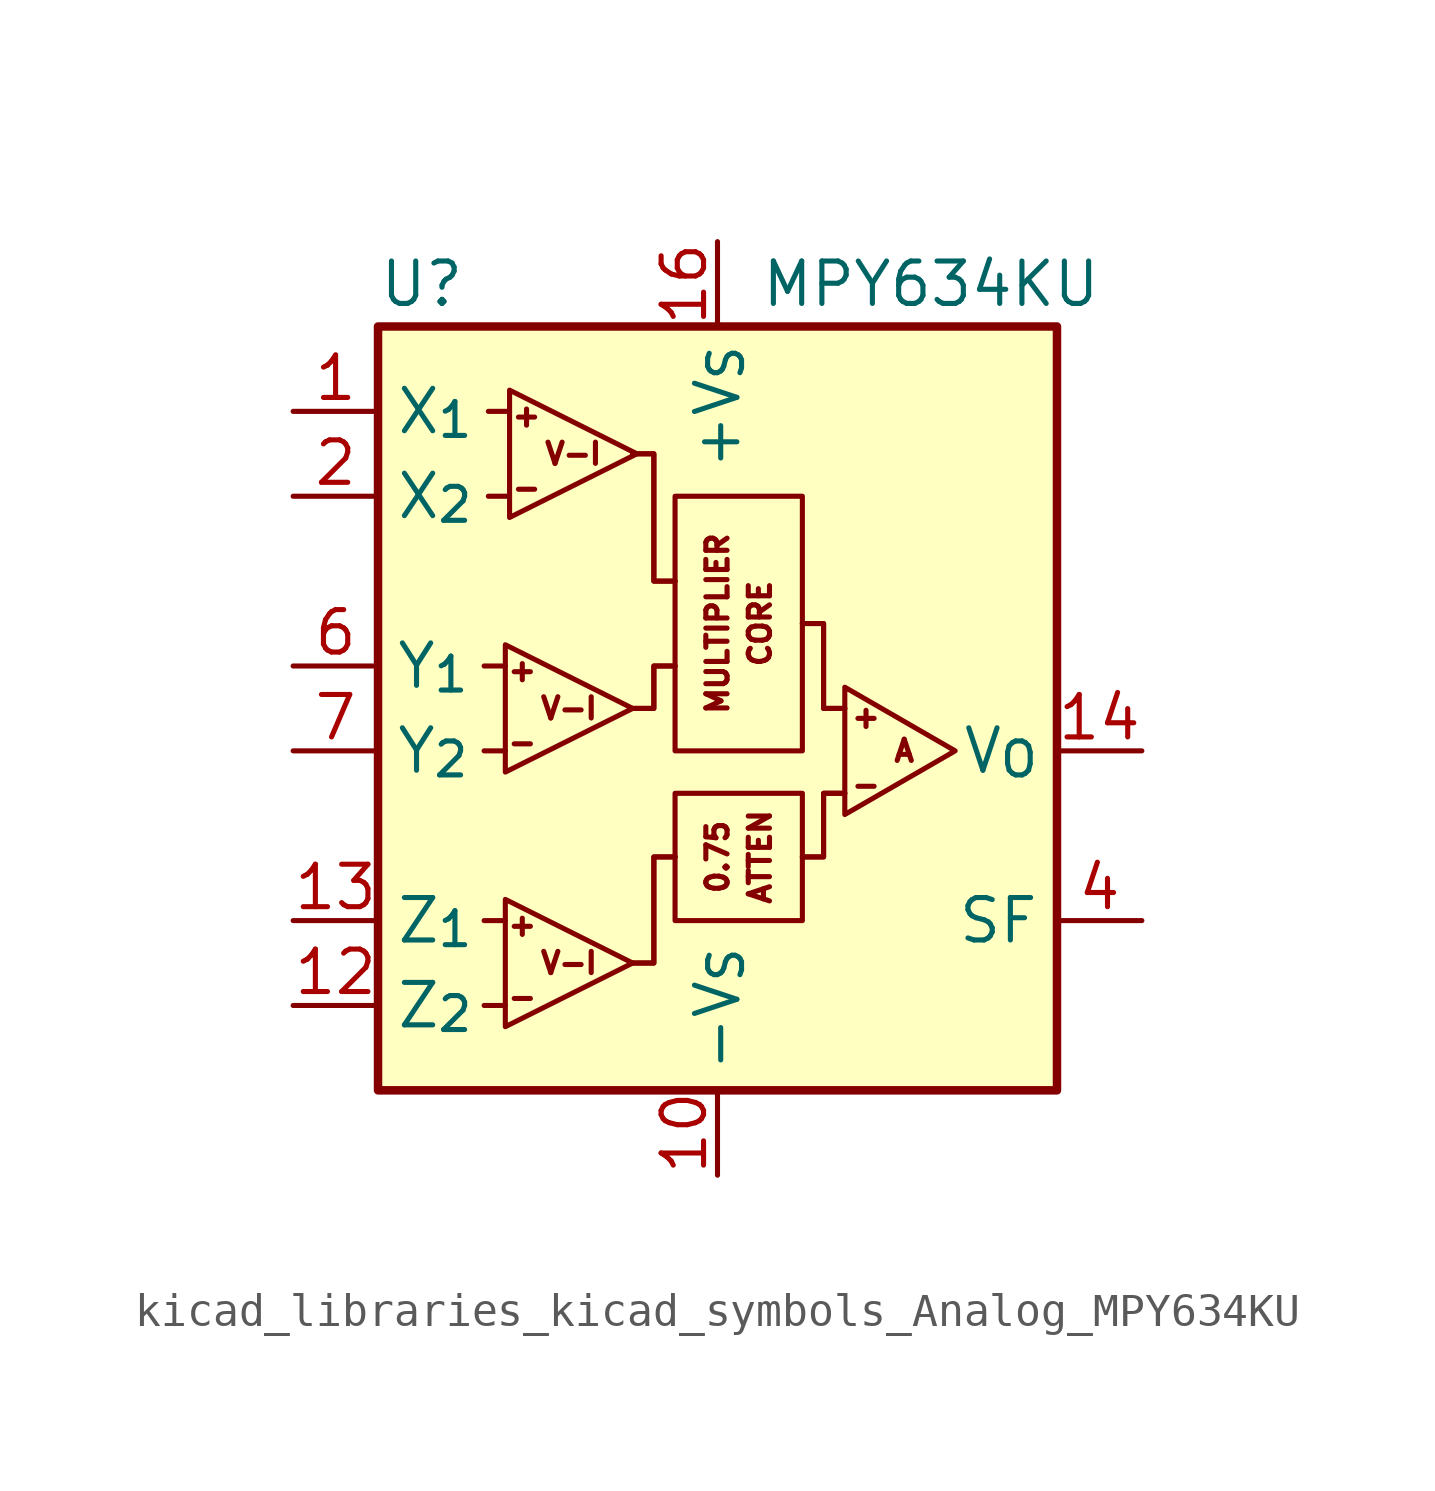
<source format=kicad_sym>
(kicad_symbol_lib
  (version 20220914)
  (generator kicad_symbol_editor)
  (symbol "kicad_libraries_kicad_symbols_Analog_MPY634KU"
    (property "Reference" "U"
      (at -10.16 13.97 0)
      (effects (font (size 1.27 1.27)) (justify left)))
    (property "Value" "MPY634KU"
      (at 1.27 13.97 0)
      (effects (font (size 1.27 1.27)) (justify left)))
    (symbol "kicad_libraries_kicad_symbols_Analog_MPY634KU_0_0"
      (polyline (pts (xy -1.27 -3.175) (xy -1.905 -3.175) (xy -1.905 -6.35) (xy -2.54 -6.35)) (stroke (width 0) (type default)) (fill (type none)))
      (polyline (pts (xy -1.27 -3.175) (xy -1.905 -3.175) (xy -1.905 -6.35) (xy -2.54 -6.35)) (stroke (width 0) (type default)) (fill (type none)))
      (polyline (pts (xy -1.27 2.54) (xy -1.905 2.54) (xy -1.905 1.27) (xy -2.54 1.27)) (stroke (width 0) (type default)) (fill (type none)))
      (polyline (pts (xy -1.27 2.54) (xy -1.905 2.54) (xy -1.905 1.27) (xy -2.54 1.27)) (stroke (width 0) (type default)) (fill (type none)))
      (polyline (pts (xy -1.27 5.08) (xy -1.905 5.08) (xy -1.905 8.89) (xy -2.54 8.89)) (stroke (width 0) (type default)) (fill (type none)))
      (polyline (pts (xy -1.27 5.08) (xy -1.905 5.08) (xy -1.905 8.89) (xy -2.54 8.89)) (stroke (width 0) (type default)) (fill (type none)))
      (polyline (pts (xy 3.81 -1.27) (xy 3.175 -1.27) (xy 3.175 -3.175) (xy 2.54 -3.175)) (stroke (width 0) (type default)) (fill (type none)))
      (polyline (pts (xy 3.81 -1.27) (xy 3.175 -1.27) (xy 3.175 -3.175) (xy 2.54 -3.175)) (stroke (width 0) (type default)) (fill (type none)))
      (polyline (pts (xy 3.81 1.27) (xy 3.175 1.27) (xy 3.175 3.81) (xy 2.54 3.81)) (stroke (width 0) (type default)) (fill (type none)))
      (polyline (pts (xy 3.81 1.27) (xy 3.175 1.27) (xy 3.175 3.81) (xy 2.54 3.81)) (stroke (width 0) (type default)) (fill (type none)))
      (text "+" (at -5.842 -5.207 0) (effects (font (size 0.635 0.635))))
      (text "+" (at -5.842 2.413 0) (effects (font (size 0.635 0.635))))
      (text "+" (at -5.715 10.033 0) (effects (font (size 0.635 0.635))))
      (text "+" (at 4.445 1.016 0) (effects (font (size 0.635 0.635))))
      (text "-" (at -5.842 -7.366 0) (effects (font (size 0.635 0.635))))
      (text "-" (at -5.842 0.254 0) (effects (font (size 0.635 0.635))))
      (text "-" (at -5.715 7.874 0) (effects (font (size 0.635 0.635))))
      (text "-" (at 4.445 -1.016 0) (effects (font (size 0.635 0.635))))
      (text "A" (at 5.588 0 0) (effects (font (size 0.635 0.635))))
      (text "V-I" (at -4.445 -6.35 0) (effects (font (size 0.635 0.635))))
      (text "V-I" (at -4.445 1.27 0) (effects (font (size 0.635 0.635))))
      (text "V-I" (at -4.318 8.89 0) (effects (font (size 0.635 0.635)))))
    (symbol "kicad_libraries_kicad_symbols_Analog_MPY634KU_0_1"
      (rectangle (start -10.16 12.7) (end 10.16 -10.16) (stroke (width 0.254) (type default)) (fill (type background)))
      (rectangle (start -1.27 -1.27) (end 2.54 -5.08) (stroke (width 0) (type default)) (fill (type none)))
      (rectangle (start -1.27 7.62) (end 2.54 0) (stroke (width 0) (type default)) (fill (type none)))
      (polyline (pts (xy -6.985 -7.62) (xy -6.35 -7.62)) (stroke (width 0) (type default)) (fill (type none)))
      (polyline (pts (xy -6.985 -5.08) (xy -6.35 -5.08)) (stroke (width 0) (type default)) (fill (type none)))
      (polyline (pts (xy -6.985 0) (xy -6.35 0)) (stroke (width 0) (type default)) (fill (type none)))
      (polyline (pts (xy -6.985 2.54) (xy -6.35 2.54)) (stroke (width 0) (type default)) (fill (type none)))
      (polyline (pts (xy -6.858 7.62) (xy -6.223 7.62)) (stroke (width 0) (type default)) (fill (type none)))
      (polyline (pts (xy -6.858 10.16) (xy -6.223 10.16)) (stroke (width 0) (type default)) (fill (type none)))
      (polyline (pts (xy -6.35 -4.445) (xy -6.35 -8.255) (xy -2.54 -6.35) (xy -6.35 -4.445)) (stroke (width 0) (type default)) (fill (type none)))
      (polyline (pts (xy -6.35 3.175) (xy -6.35 -0.635) (xy -2.54 1.27) (xy -6.35 3.175)) (stroke (width 0) (type default)) (fill (type none)))
      (polyline (pts (xy -6.223 10.795) (xy -6.223 6.985) (xy -2.413 8.89) (xy -6.223 10.795)) (stroke (width 0) (type default)) (fill (type none)))
      (polyline (pts (xy 3.81 1.905) (xy 3.81 -1.905) (xy 7.112 0) (xy 3.81 1.905)) (stroke (width 0) (type default)) (fill (type none))))
    (symbol "kicad_libraries_kicad_symbols_Analog_MPY634KU_1_0"
      (text "0.75" (at 0 -3.175 900) (effects (font (size 0.635 0.635))))
      (text "ATTEN" (at 1.27 -3.175 900) (effects (font (size 0.635 0.635))))
      (text "CORE" (at 1.27 3.81 900) (effects (font (size 0.635 0.635))))
      (text "MULTIPLIER" (at 0 3.81 900) (effects (font (size 0.635 0.635)))))
    (symbol "kicad_libraries_kicad_symbols_Analog_MPY634KU_1_1"
      (pin input line (at -12.7 10.16 0) (length 2.54) (name "X_{1}" (effects (font (size 1.27 1.27)))) (number "1" (effects (font (size 1.27 1.27)))))
      (pin power_in line (at 0 -12.7 90) (length 2.54) (name "-V_{S}" (effects (font (size 1.27 1.27)))) (number "10" (effects (font (size 1.27 1.27)))))
      (pin no_connect line (at 10.16 -2.54 180) (length 2.54) hide (name "NC" (effects (font (size 1.27 1.27)))) (number "11" (effects (font (size 1.27 1.27)))))
      (pin input line (at -12.7 -7.62 0) (length 2.54) (name "Z_{2}" (effects (font (size 1.27 1.27)))) (number "12" (effects (font (size 1.27 1.27)))))
      (pin input line (at -12.7 -5.08 0) (length 2.54) (name "Z_{1}" (effects (font (size 1.27 1.27)))) (number "13" (effects (font (size 1.27 1.27)))))
      (pin output line (at 12.7 0 180) (length 2.54) (name "V_{O}" (effects (font (size 1.27 1.27)))) (number "14" (effects (font (size 1.27 1.27)))))
      (pin no_connect line (at 10.16 -7.62 180) (length 2.54) hide (name "NC" (effects (font (size 1.27 1.27)))) (number "15" (effects (font (size 1.27 1.27)))))
      (pin power_in line (at 0 15.24 270) (length 2.54) (name "+V_{S}" (effects (font (size 1.27 1.27)))) (number "16" (effects (font (size 1.27 1.27)))))
      (pin input line (at -12.7 7.62 0) (length 2.54) (name "X_{2}" (effects (font (size 1.27 1.27)))) (number "2" (effects (font (size 1.27 1.27)))))
      (pin no_connect line (at 10.16 10.16 180) (length 2.54) hide (name "NC" (effects (font (size 1.27 1.27)))) (number "3" (effects (font (size 1.27 1.27)))))
      (pin passive line (at 12.7 -5.08 180) (length 2.54) (name "SF" (effects (font (size 1.27 1.27)))) (number "4" (effects (font (size 1.27 1.27)))))
      (pin no_connect line (at 10.16 7.62 180) (length 2.54) hide (name "NC" (effects (font (size 1.27 1.27)))) (number "5" (effects (font (size 1.27 1.27)))))
      (pin input line (at -12.7 2.54 0) (length 2.54) (name "Y_{1}" (effects (font (size 1.27 1.27)))) (number "6" (effects (font (size 1.27 1.27)))))
      (pin input line (at -12.7 0 0) (length 2.54) (name "Y_{2}" (effects (font (size 1.27 1.27)))) (number "7" (effects (font (size 1.27 1.27)))))
      (pin no_connect line (at 10.16 5.08 180) (length 2.54) hide (name "NC" (effects (font (size 1.27 1.27)))) (number "8" (effects (font (size 1.27 1.27)))))
      (pin no_connect line (at 10.16 2.54 180) (length 2.54) hide (name "NC" (effects (font (size 1.27 1.27)))) (number "9" (effects (font (size 1.27 1.27))))))))
</source>
